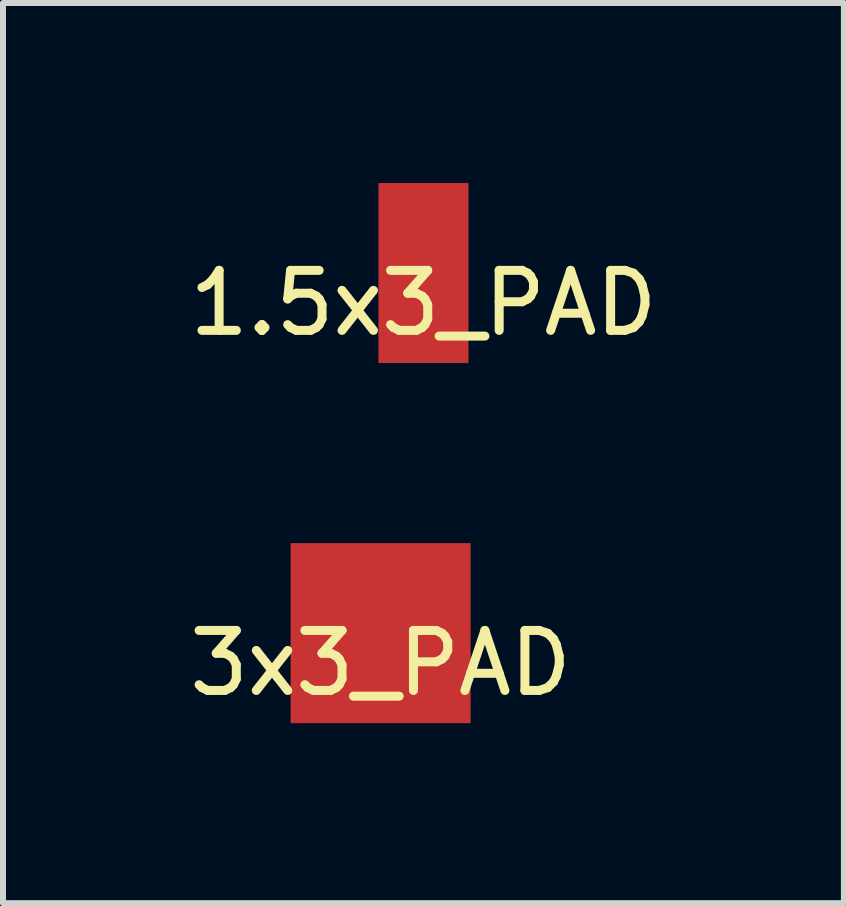
<source format=kicad_pcb>
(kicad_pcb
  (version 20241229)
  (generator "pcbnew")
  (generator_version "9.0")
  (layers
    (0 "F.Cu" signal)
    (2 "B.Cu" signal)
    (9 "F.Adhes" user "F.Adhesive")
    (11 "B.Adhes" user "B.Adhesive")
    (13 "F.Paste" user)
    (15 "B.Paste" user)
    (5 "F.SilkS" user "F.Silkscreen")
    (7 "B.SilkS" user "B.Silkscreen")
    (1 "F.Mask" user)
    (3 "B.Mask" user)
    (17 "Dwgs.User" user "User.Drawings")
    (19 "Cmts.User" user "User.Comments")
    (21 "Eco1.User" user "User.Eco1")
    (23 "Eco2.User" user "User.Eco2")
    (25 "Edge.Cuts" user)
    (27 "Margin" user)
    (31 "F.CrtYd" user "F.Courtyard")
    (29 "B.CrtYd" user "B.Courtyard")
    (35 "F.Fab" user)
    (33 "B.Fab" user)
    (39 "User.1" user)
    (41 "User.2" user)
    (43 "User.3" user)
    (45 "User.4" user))
  (footprint "1.5x3_PAD"
    (layer "F.Cu")
    (at 4.006 1.5)
    (property "Reference" "1.5x3_PAD" (at 0 0.5 0) (layer "F.SilkS") (effects (font (size 1 1) (thickness 0.15))))
    (attr through_hole)
    (pad "1" smd rect (at 0 0) (size 1.5 3) (layers "F.Cu" "F.Mask" "F.Paste")))
  (footprint "3x3_PAD"
    (layer "F.Cu")
    (at 3.292 7.5)
    (property "Reference" "3x3_PAD" (at 0 0.5 0) (layer "F.SilkS") (effects (font (size 1 1) (thickness 0.15))))
    (attr through_hole)
    (pad "1" smd rect (at 0 0) (size 3 3) (layers "F.Cu" "F.Mask" "F.Paste")))
  (gr_rect
    (start -3 -3)
    (end 11.012 12)
    (stroke (width 0.1) (type default))
    (fill no)
    (layer "Edge.Cuts")))
</source>
